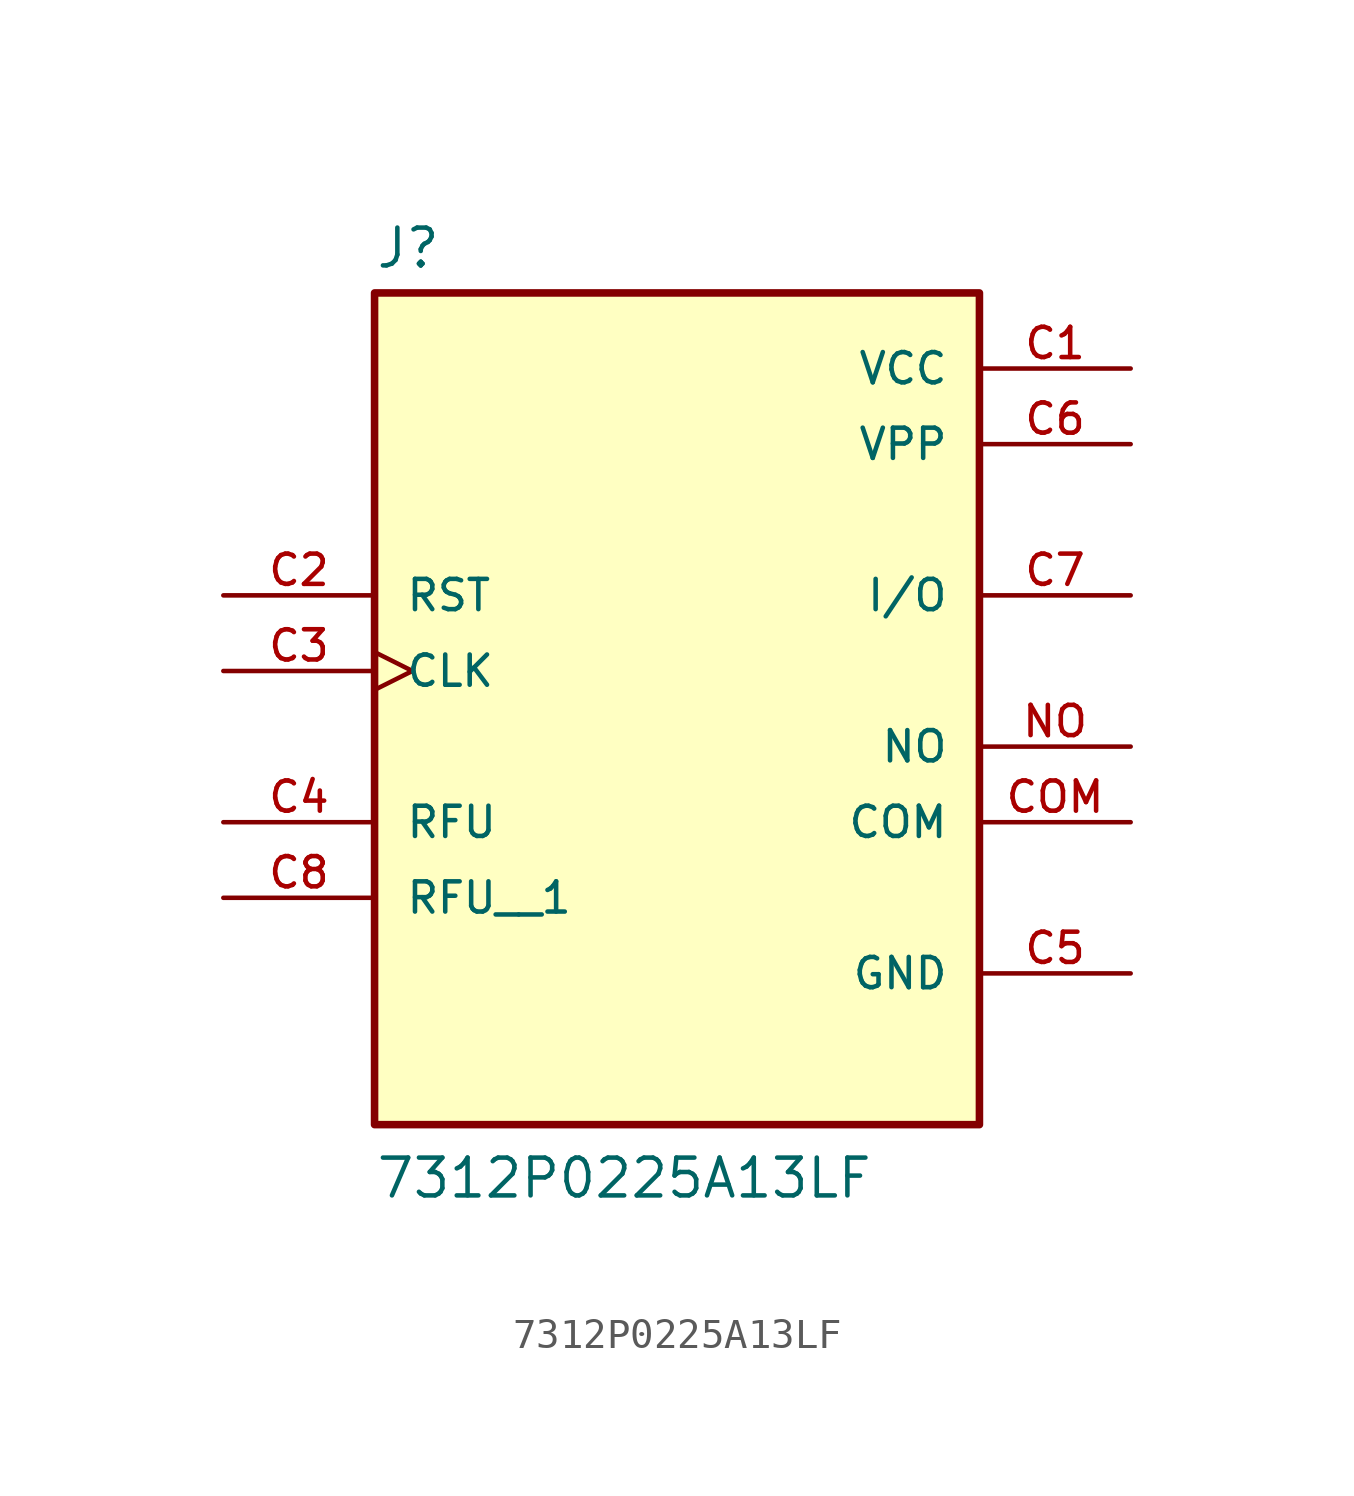
<source format=kicad_sym>
(kicad_symbol_lib
  (version 20211014)
  (generator kicad_symbol_editor)
  (symbol "7312P0225A13LF"
    (pin_names
      (offset 1.016))
    (property "Reference" "J"
      (at -10.16 13.462 0)
      (effects (font (size 1.27 1.27)) (justify bottom left)))
    (property "Value" "7312P0225A13LF"
      (at -10.16 -17.78 0)
      (effects (font (size 1.27 1.27)) (justify bottom left)))
    (symbol "7312P0225A13LF_0_0"
      (rectangle (start -10.16 -15.24) (end 10.16 12.7) (stroke (width 0.254)) (fill (type background)))
      (pin power_in line (at 15.24 10.16 180.0) (length 5.08) (name "VCC" (effects (font (size 1.016 1.016)))) (number "C1" (effects (font (size 1.016 1.016)))))
      (pin bidirectional line (at -15.24 2.54 0) (length 5.08) (name "RST" (effects (font (size 1.016 1.016)))) (number "C2" (effects (font (size 1.016 1.016)))))
      (pin bidirectional clock (at -15.24 0.0 0) (length 5.08) (name "CLK" (effects (font (size 1.016 1.016)))) (number "C3" (effects (font (size 1.016 1.016)))))
      (pin passive line (at -15.24 -5.08 0) (length 5.08) (name "RFU" (effects (font (size 1.016 1.016)))) (number "C4" (effects (font (size 1.016 1.016)))))
      (pin power_in line (at 15.24 -10.16 180.0) (length 5.08) (name "GND" (effects (font (size 1.016 1.016)))) (number "C5" (effects (font (size 1.016 1.016)))))
      (pin power_in line (at 15.24 7.62 180.0) (length 5.08) (name "VPP" (effects (font (size 1.016 1.016)))) (number "C6" (effects (font (size 1.016 1.016)))))
      (pin bidirectional line (at 15.24 2.54 180.0) (length 5.08) (name "I/O" (effects (font (size 1.016 1.016)))) (number "C7" (effects (font (size 1.016 1.016)))))
      (pin passive line (at 15.24 -5.08 180.0) (length 5.08) (name "COM" (effects (font (size 1.016 1.016)))) (number "COM" (effects (font (size 1.016 1.016)))))
      (pin passive line (at 15.24 -2.54 180.0) (length 5.08) (name "NO" (effects (font (size 1.016 1.016)))) (number "NO" (effects (font (size 1.016 1.016)))))
      (pin passive line (at -15.24 -7.62 0) (length 5.08) (name "RFU__1" (effects (font (size 1.016 1.016)))) (number "C8" (effects (font (size 1.016 1.016))))))))
</source>
